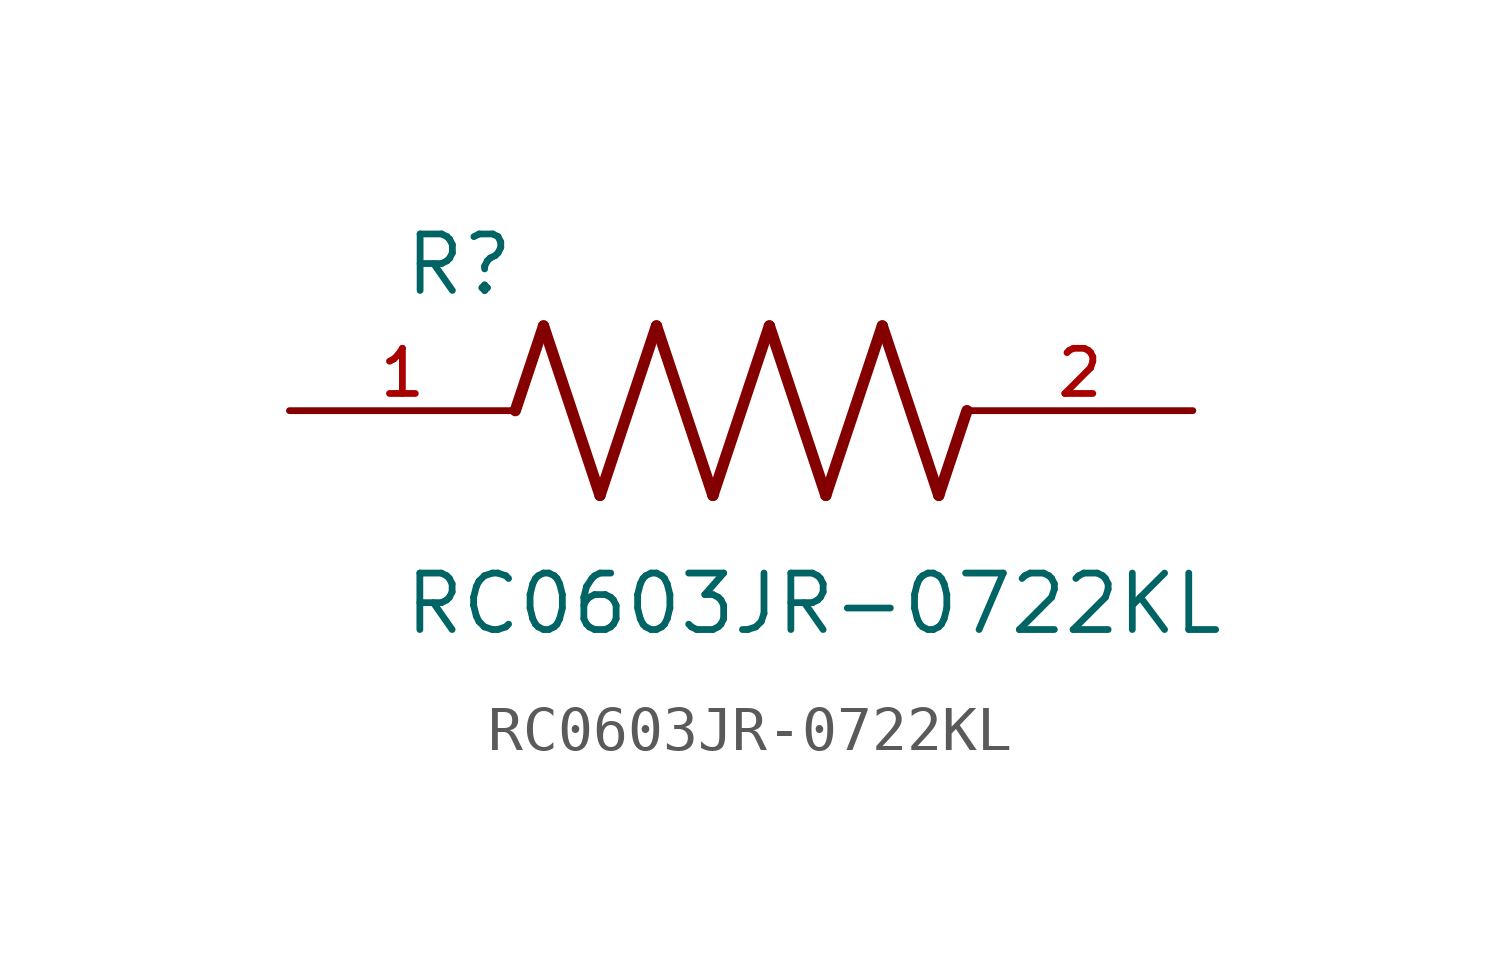
<source format=kicad_sym>
(kicad_symbol_lib
  (version 20211014)
  (generator kicad_symbol_editor)
  (symbol "RC0603JR-0722KL"
    (pin_names
      (offset 1.016))
    (property "Reference" "R"
      (at -7.624 2.541 0)
      (effects (font (size 1.27 1.27)) (justify bottom left)))
    (property "Value" "RC0603JR-0722KL"
      (at -7.63 -5.087 0)
      (effects (font (size 1.27 1.27)) (justify bottom left)))
    (symbol "RC0603JR-0722KL_0_0"
      (polyline (pts (xy -5.08 0.0) (xy -4.445 1.905)) (stroke (width 0.254)))
      (polyline (pts (xy -4.445 1.905) (xy -3.175 -1.905)) (stroke (width 0.254)))
      (polyline (pts (xy -3.175 -1.905) (xy -1.905 1.905)) (stroke (width 0.254)))
      (polyline (pts (xy -1.905 1.905) (xy -0.635 -1.905)) (stroke (width 0.254)))
      (polyline (pts (xy -0.635 -1.905) (xy 0.635 1.905)) (stroke (width 0.254)))
      (polyline (pts (xy 0.635 1.905) (xy 1.905 -1.905)) (stroke (width 0.254)))
      (polyline (pts (xy 1.905 -1.905) (xy 3.175 1.905)) (stroke (width 0.254)))
      (polyline (pts (xy 3.175 1.905) (xy 4.445 -1.905)) (stroke (width 0.254)))
      (polyline (pts (xy 4.445 -1.905) (xy 5.08 0.0)) (stroke (width 0.254)))
      (pin passive line (at -10.16 0.0 0) (length 5.08) (name "~" (effects (font (size 1.016 1.016)))) (number "1" (effects (font (size 1.016 1.016)))))
      (pin passive line (at 10.16 0.0 180.0) (length 5.08) (name "~" (effects (font (size 1.016 1.016)))) (number "2" (effects (font (size 1.016 1.016))))))))
</source>
